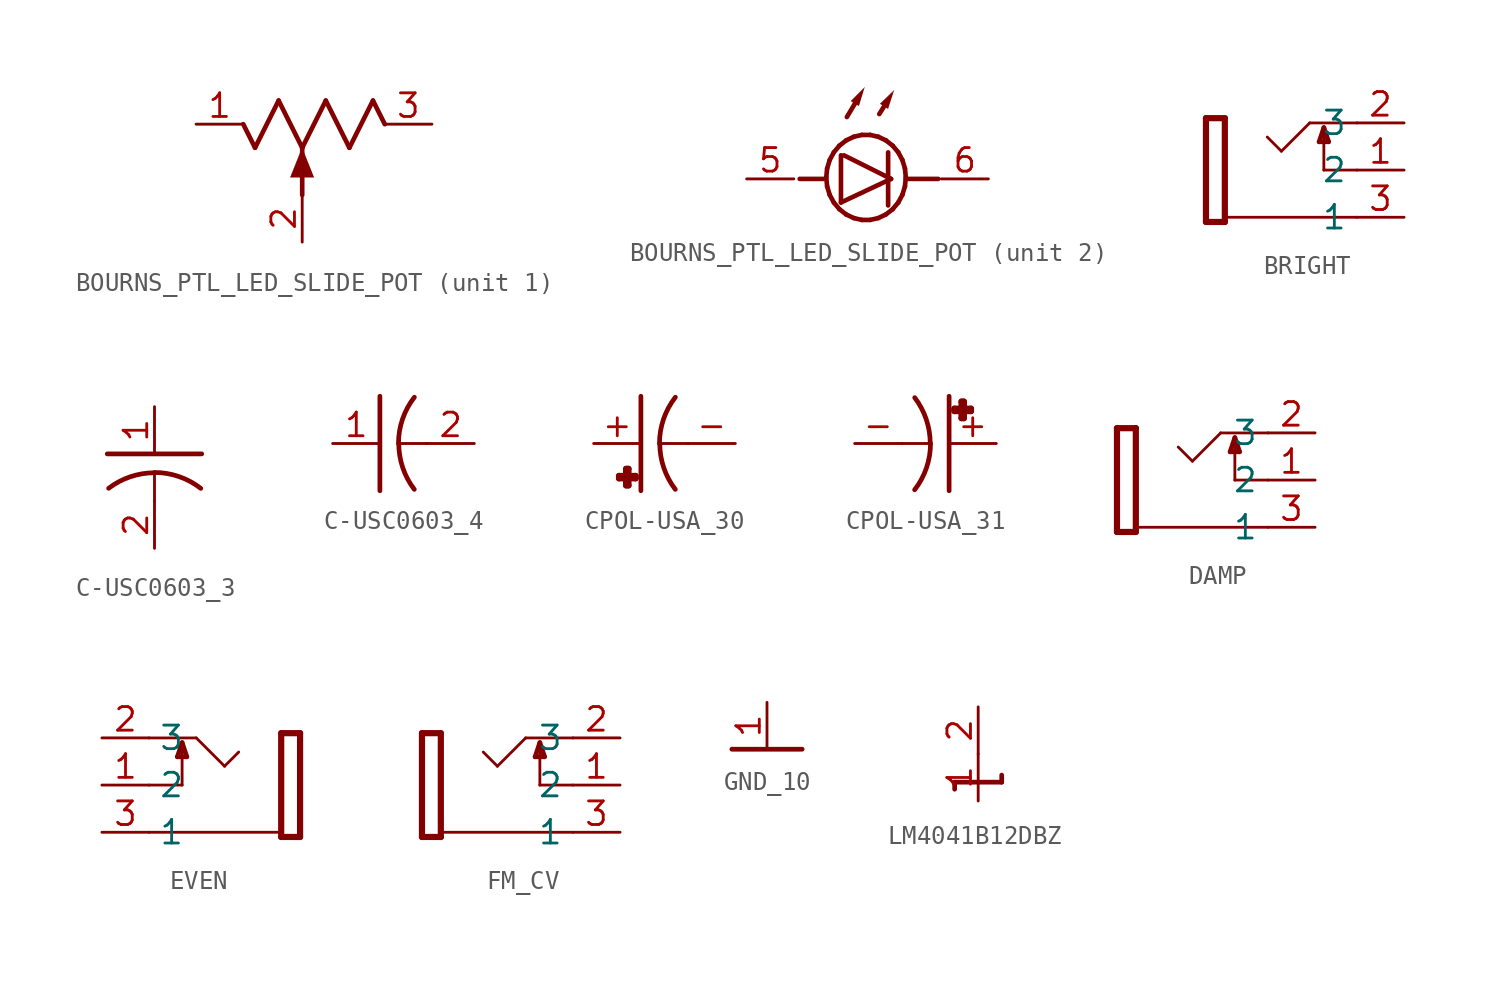
<source format=kicad_sym>
(kicad_symbol_lib
  (version 20231120)
  (generator "kicad_symbol_editor")
  (generator_version "8.0")
  (symbol "BOURNS_PTL_LED_SLIDE_POT"
    (property "Reference" "R"
      (at 0 0 0)
      (effects (font (size 1.27 1.27)) (hide yes)))
    (property "ki_locked" ""
      (at 0 0 0)
      (effects (font (size 1.27 1.27))))
    (symbol "BOURNS_PTL_LED_SLIDE_POT_1_0"
      (polyline (pts (xy -3.175 0) (xy -2.54 -1.27)) (stroke (width 0.25) (type solid)) (fill (type none)))
      (polyline (pts (xy -2.54 -1.27) (xy -1.27 1.27)) (stroke (width 0.25) (type solid)) (fill (type none)))
      (polyline (pts (xy -1.27 1.27) (xy 0 -1.27)) (stroke (width 0.25) (type solid)) (fill (type none)))
      (polyline (pts (xy 0 -3.81) (xy 0 -1.27)) (stroke (width 0.25) (type solid)) (fill (type none)))
      (polyline (pts (xy 0 -1.27) (xy 1.27 1.27)) (stroke (width 0.25) (type solid)) (fill (type none)))
      (polyline (pts (xy 1.27 1.27) (xy 2.54 -1.27)) (stroke (width 0.25) (type solid)) (fill (type none)))
      (polyline (pts (xy 2.54 -1.27) (xy 3.81 1.27)) (stroke (width 0.25) (type solid)) (fill (type none)))
      (polyline (pts (xy 3.81 1.27) (xy 4.445 0)) (stroke (width 0.25) (type solid)) (fill (type none)))
      (polyline (pts (xy 0 -1.27) (xy -0.635 -2.857) (xy 0.635 -2.857)) (stroke (width 0.002) (type solid)) (fill (type outline)))
      (pin passive line (at -5.715 0 0) (length 2.54) (name "CCW" (effects (font (size 0 0)))) (number "1" (effects (font (size 1.27 1.27)))))
      (pin passive line (at 0 -6.35 90) (length 2.54) (name "W" (effects (font (size 0 0)))) (number "2" (effects (font (size 1.27 1.27)))))
      (pin passive line (at 6.985 0 180) (length 2.54) (name "CW" (effects (font (size 0 0)))) (number "3" (effects (font (size 1.27 1.27))))))
    (symbol "BOURNS_PTL_LED_SLIDE_POT_2_0"
      (polyline (pts (xy -2.54 -0.006) (xy -3.81 -0.006)) (stroke (width 0.25) (type solid)) (fill (type none)))
      (polyline (pts (xy -2.381 0.073) (xy -2.334 0.552)) (stroke (width 0.25) (type solid)) (fill (type none)))
      (polyline (pts (xy -2.334 -0.406) (xy -2.381 0.073)) (stroke (width 0.25) (type solid)) (fill (type none)))
      (polyline (pts (xy -2.334 0.552) (xy -2.196 1.009)) (stroke (width 0.25) (type solid)) (fill (type none)))
      (polyline (pts (xy -2.196 -0.863) (xy -2.334 -0.406)) (stroke (width 0.25) (type solid)) (fill (type none)))
      (polyline (pts (xy -2.196 1.009) (xy -1.972 1.426)) (stroke (width 0.25) (type solid)) (fill (type none)))
      (polyline (pts (xy -1.972 -1.28) (xy -2.196 -0.863)) (stroke (width 0.25) (type solid)) (fill (type none)))
      (polyline (pts (xy -1.972 1.426) (xy -1.672 1.784)) (stroke (width 0.25) (type solid)) (fill (type none)))
      (polyline (pts (xy -1.672 -1.638) (xy -1.972 -1.28)) (stroke (width 0.25) (type solid)) (fill (type none)))
      (polyline (pts (xy -1.672 1.784) (xy -1.31 2.067)) (stroke (width 0.25) (type solid)) (fill (type none)))
      (polyline (pts (xy -1.588 -1.276) (xy 1.111 -0.006)) (stroke (width 0.25) (type solid)) (fill (type none)))
      (polyline (pts (xy -1.588 1.264) (xy -1.588 -1.276)) (stroke (width 0.25) (type solid)) (fill (type none)))
      (polyline (pts (xy -1.31 -1.92) (xy -1.672 -1.638)) (stroke (width 0.25) (type solid)) (fill (type none)))
      (polyline (pts (xy -1.31 2.067) (xy -0.9 2.262)) (stroke (width 0.25) (type solid)) (fill (type none)))
      (polyline (pts (xy -1.27 3.327) (xy -0.832 4.057)) (stroke (width 0.25) (type solid)) (fill (type none)))
      (polyline (pts (xy -0.9 -2.116) (xy -1.31 -1.92)) (stroke (width 0.25) (type solid)) (fill (type none)))
      (polyline (pts (xy -0.9 2.262) (xy -0.462 2.362)) (stroke (width 0.25) (type solid)) (fill (type none)))
      (polyline (pts (xy -0.462 -2.216) (xy -0.9 -2.116)) (stroke (width 0.25) (type solid)) (fill (type none)))
      (polyline (pts (xy -0.462 2.362) (xy -0.014 2.362)) (stroke (width 0.25) (type solid)) (fill (type none)))
      (polyline (pts (xy -0.014 -2.216) (xy -0.462 -2.216)) (stroke (width 0.25) (type solid)) (fill (type none)))
      (polyline (pts (xy -0.014 2.362) (xy 0.424 2.262)) (stroke (width 0.25) (type solid)) (fill (type none)))
      (polyline (pts (xy 0.424 -2.116) (xy -0.014 -2.216)) (stroke (width 0.25) (type solid)) (fill (type none)))
      (polyline (pts (xy 0.424 2.262) (xy 0.833 2.067)) (stroke (width 0.25) (type solid)) (fill (type none)))
      (polyline (pts (xy 0.476 3.486) (xy 0.74 3.908)) (stroke (width 0.25) (type solid)) (fill (type none)))
      (polyline (pts (xy 0.833 -1.92) (xy 0.424 -2.116)) (stroke (width 0.25) (type solid)) (fill (type none)))
      (polyline (pts (xy 0.833 2.067) (xy 1.196 1.784)) (stroke (width 0.25) (type solid)) (fill (type none)))
      (polyline (pts (xy 0.952 1.422) (xy 0.952 -1.435)) (stroke (width 0.25) (type solid)) (fill (type none)))
      (polyline (pts (xy 1.111 -0.006) (xy -1.429 1.264)) (stroke (width 0.25) (type solid)) (fill (type none)))
      (polyline (pts (xy 1.196 -1.638) (xy 0.833 -1.92)) (stroke (width 0.25) (type solid)) (fill (type none)))
      (polyline (pts (xy 1.196 1.784) (xy 1.496 1.426)) (stroke (width 0.25) (type solid)) (fill (type none)))
      (polyline (pts (xy 1.496 -1.28) (xy 1.196 -1.638)) (stroke (width 0.25) (type solid)) (fill (type none)))
      (polyline (pts (xy 1.496 1.426) (xy 1.72 1.009)) (stroke (width 0.25) (type solid)) (fill (type none)))
      (polyline (pts (xy 1.72 -0.863) (xy 1.496 -1.28)) (stroke (width 0.25) (type solid)) (fill (type none)))
      (polyline (pts (xy 1.72 1.009) (xy 1.858 0.552)) (stroke (width 0.25) (type solid)) (fill (type none)))
      (polyline (pts (xy 1.858 -0.406) (xy 1.72 -0.863)) (stroke (width 0.25) (type solid)) (fill (type none)))
      (polyline (pts (xy 1.858 0.552) (xy 1.905 0.073)) (stroke (width 0.25) (type solid)) (fill (type none)))
      (polyline (pts (xy 1.905 -0.006) (xy 3.651 -0.006)) (stroke (width 0.25) (type solid)) (fill (type none)))
      (polyline (pts (xy 1.905 0.073) (xy 1.858 -0.406)) (stroke (width 0.25) (type solid)) (fill (type none)))
      (polyline (pts (xy -0.317 4.915) (xy -1.046 4.186) (xy -0.618 3.929)) (stroke (width 0.002) (type solid)) (fill (type outline)))
      (polyline (pts (xy 1.27 4.756) (xy 0.528 4.041) (xy 0.952 3.776)) (stroke (width 0.002) (type solid)) (fill (type outline)))
      (pin power_in line (at -6.668 -0.006 0) (length 2.54) (name "gnd@1" (effects (font (size 0 0)))) (number "5" (effects (font (size 1.27 1.27)))))
      (pin power_in line (at 6.35 -0.006 180) (length 2.54) (name "gnd@2" (effects (font (size 0 0)))) (number "6" (effects (font (size 1.27 1.27)))))))
  (symbol "BRIGHT"
    (property "Reference" "J"
      (at 0 0 0)
      (effects (font (size 1.27 1.27)) (hide yes)))
    (property "ki_locked" ""
      (at 0 0 0)
      (effects (font (size 1.27 1.27))))
    (symbol "BRIGHT_1_0"
      (polyline (pts (xy -4.063 -2.794) (xy -4.063 2.794)) (stroke (width 0.333) (type solid)) (fill (type none)))
      (polyline (pts (xy -4.063 2.794) (xy -3.047 2.794)) (stroke (width 0.333) (type solid)) (fill (type none)))
      (polyline (pts (xy -3.047 -2.794) (xy -4.063 -2.794)) (stroke (width 0.333) (type solid)) (fill (type none)))
      (polyline (pts (xy -3.047 2.794) (xy -3.047 -2.794)) (stroke (width 0.333) (type solid)) (fill (type none)))
      (polyline (pts (xy -0.001 1.016) (xy -0.763 1.778)) (stroke (width 0.152) (type solid)) (fill (type none)))
      (polyline (pts (xy 1.523 2.54) (xy -0.001 1.016)) (stroke (width 0.152) (type solid)) (fill (type none)))
      (polyline (pts (xy 2.031 1.524) (xy 2.285 2.286)) (stroke (width 0.254) (type solid)) (fill (type none)))
      (polyline (pts (xy 2.285 0) (xy 2.285 2.286)) (stroke (width 0.152) (type solid)) (fill (type none)))
      (polyline (pts (xy 2.285 2.286) (xy 2.539 1.524)) (stroke (width 0.254) (type solid)) (fill (type none)))
      (polyline (pts (xy 2.539 1.524) (xy 2.031 1.524)) (stroke (width 0.254) (type solid)) (fill (type none)))
      (polyline (pts (xy 4.063 -2.54) (xy -3.049 -2.54)) (stroke (width 0.152) (type solid)) (fill (type none)))
      (polyline (pts (xy 4.063 0) (xy 2.285 0)) (stroke (width 0.152) (type solid)) (fill (type none)))
      (polyline (pts (xy 4.063 2.54) (xy 1.523 2.54)) (stroke (width 0.152) (type solid)) (fill (type none)))
      (pin passive line (at 6.603 0 180) (length 2.54) (name "2" (effects (font (size 1.27 1.27)))) (number "1" (effects (font (size 1.27 1.27)))))
      (pin passive line (at 6.603 2.54 180) (length 2.54) (name "3" (effects (font (size 1.27 1.27)))) (number "2" (effects (font (size 1.27 1.27)))))
      (pin passive line (at 6.603 -2.54 180) (length 2.54) (name "1" (effects (font (size 1.27 1.27)))) (number "3" (effects (font (size 1.27 1.27)))))))
  (symbol "C-USC0603_3"
    (property "Reference" "C"
      (at 0 0 0)
      (effects (font (size 1.27 1.27)) (hide yes)))
    (property "ki_locked" ""
      (at 0 0 0)
      (effects (font (size 1.27 1.27))))
    (symbol "C-USC0603_3_1_0"
      (polyline (pts (xy -2.54 1.27) (xy 2.54 1.27)) (stroke (width 0.254) (type solid)) (fill (type none)))
      (polyline (pts (xy 0 0.254) (xy 0 -1.27)) (stroke (width 0.152) (type solid)) (fill (type none)))
      (arc (start 0 0.254) (mid -1.3021 0.0399) (end -2.467 -0.58) (stroke (width 0.254) (type solid)) (fill (type none)))
      (arc (start 2.489 -0.584) (mid 1.3157 0.0506) (end 0 0.2701) (stroke (width 0.254) (type solid)) (fill (type none)))
      (pin passive line (at 0 3.81 270) (length 2.54) (name "1" (effects (font (size 0 0)))) (number "1" (effects (font (size 1.27 1.27)))))
      (pin passive line (at 0 -3.81 90) (length 2.54) (name "2" (effects (font (size 0 0)))) (number "2" (effects (font (size 1.27 1.27)))))))
  (symbol "C-USC0603_4"
    (property "Reference" "C"
      (at 0 0 0)
      (effects (font (size 1.27 1.27)) (hide yes)))
    (property "ki_locked" ""
      (at 0 0 0)
      (effects (font (size 1.27 1.27))))
    (symbol "C-USC0603_4_1_0"
      (arc (start -0.254 0) (mid -0.0399 -1.3021) (end 0.58 -2.467) (stroke (width 0.254) (type solid)) (fill (type none)))
      (polyline (pts (xy -1.27 -2.54) (xy -1.27 2.54)) (stroke (width 0.254) (type solid)) (fill (type none)))
      (polyline (pts (xy -0.254 0) (xy 1.27 0)) (stroke (width 0.152) (type solid)) (fill (type none)))
      (arc (start 0.584 2.489) (mid -0.0506 1.3157) (end -0.27 0) (stroke (width 0.254) (type solid)) (fill (type none)))
      (pin passive line (at -3.81 0 0) (length 2.54) (name "1" (effects (font (size 0 0)))) (number "1" (effects (font (size 1.27 1.27)))))
      (pin passive line (at 3.81 0 180) (length 2.54) (name "2" (effects (font (size 0 0)))) (number "2" (effects (font (size 1.27 1.27)))))))
  (symbol "CPOL-USA_30"
    (property "Reference" "C"
      (at 0 0 0)
      (effects (font (size 1.27 1.27)) (hide yes)))
    (property "ki_locked" ""
      (at 0 0 0)
      (effects (font (size 1.27 1.27))))
    (symbol "CPOL-USA_30_1_0"
      (polyline (pts (xy -1.858 -1.872) (xy -1.858 -1.745)) (stroke (width 0.333) (type solid)) (fill (type none)))
      (polyline (pts (xy -1.858 -1.745) (xy -0.969 -1.745)) (stroke (width 0.333) (type solid)) (fill (type none)))
      (polyline (pts (xy -1.477 -2.253) (xy -1.477 -1.364)) (stroke (width 0.333) (type solid)) (fill (type none)))
      (polyline (pts (xy -1.477 -1.364) (xy -1.35 -1.364)) (stroke (width 0.333) (type solid)) (fill (type none)))
      (polyline (pts (xy -1.35 -2.253) (xy -1.477 -2.253)) (stroke (width 0.333) (type solid)) (fill (type none)))
      (polyline (pts (xy -1.35 -1.364) (xy -1.35 -2.253)) (stroke (width 0.333) (type solid)) (fill (type none)))
      (polyline (pts (xy -0.969 -1.872) (xy -1.858 -1.872)) (stroke (width 0.333) (type solid)) (fill (type none)))
      (polyline (pts (xy -0.969 -1.745) (xy -0.969 -1.872)) (stroke (width 0.333) (type solid)) (fill (type none)))
      (polyline (pts (xy -0.682 -2.54) (xy -0.682 2.54)) (stroke (width 0.254) (type solid)) (fill (type none)))
      (polyline (pts (xy 0.334 0) (xy 1.858 0)) (stroke (width 0.152) (type solid)) (fill (type none)))
      (arc (start 0.334 0) (mid 0.548 -1.3021) (end 1.168 -2.467) (stroke (width 0.254) (type solid)) (fill (type none)))
      (arc (start 1.172 2.489) (mid 0.5374 1.3157) (end 0.318 0) (stroke (width 0.254) (type solid)) (fill (type none)))
      (pin passive line (at -3.222 0 0) (length 2.54) (name "+" (effects (font (size 0 0)))) (number "+" (effects (font (size 1.27 1.27)))))
      (pin passive line (at 4.398 0 180) (length 2.54) (name "-" (effects (font (size 0 0)))) (number "-" (effects (font (size 1.27 1.27)))))))
  (symbol "CPOL-USA_31"
    (property "Reference" "C"
      (at 0 0 0)
      (effects (font (size 1.27 1.27)) (hide yes)))
    (property "ki_locked" ""
      (at 0 0 0)
      (effects (font (size 1.27 1.27))))
    (symbol "CPOL-USA_31_1_0"
      (arc (start -1.172 -2.489) (mid -0.5374 -1.3157) (end -0.318 0) (stroke (width 0.254) (type solid)) (fill (type none)))
      (arc (start -0.334 0) (mid -0.548 1.3021) (end -1.168 2.467) (stroke (width 0.254) (type solid)) (fill (type none)))
      (polyline (pts (xy -0.334 0) (xy -1.858 0)) (stroke (width 0.152) (type solid)) (fill (type none)))
      (polyline (pts (xy 0.682 2.54) (xy 0.682 -2.54)) (stroke (width 0.254) (type solid)) (fill (type none)))
      (polyline (pts (xy 0.969 1.744) (xy 0.969 1.872)) (stroke (width 0.333) (type solid)) (fill (type none)))
      (polyline (pts (xy 0.969 1.872) (xy 1.858 1.872)) (stroke (width 0.333) (type solid)) (fill (type none)))
      (polyline (pts (xy 1.35 1.364) (xy 1.35 2.253)) (stroke (width 0.333) (type solid)) (fill (type none)))
      (polyline (pts (xy 1.35 2.253) (xy 1.476 2.253)) (stroke (width 0.333) (type solid)) (fill (type none)))
      (polyline (pts (xy 1.476 1.364) (xy 1.35 1.364)) (stroke (width 0.333) (type solid)) (fill (type none)))
      (polyline (pts (xy 1.476 2.253) (xy 1.476 1.364)) (stroke (width 0.333) (type solid)) (fill (type none)))
      (polyline (pts (xy 1.858 1.744) (xy 0.969 1.744)) (stroke (width 0.333) (type solid)) (fill (type none)))
      (polyline (pts (xy 1.858 1.872) (xy 1.858 1.744)) (stroke (width 0.333) (type solid)) (fill (type none)))
      (pin passive line (at 3.222 0 180) (length 2.54) (name "+" (effects (font (size 0 0)))) (number "+" (effects (font (size 1.27 1.27)))))
      (pin passive line (at -4.398 0 0) (length 2.54) (name "-" (effects (font (size 0 0)))) (number "-" (effects (font (size 1.27 1.27)))))))
  (symbol "DAMP"
    (property "Reference" "J"
      (at 0 0 0)
      (effects (font (size 1.27 1.27)) (hide yes)))
    (property "ki_locked" ""
      (at 0 0 0)
      (effects (font (size 1.27 1.27))))
    (symbol "DAMP_1_0"
      (polyline (pts (xy -4.063 -2.794) (xy -4.063 2.794)) (stroke (width 0.333) (type solid)) (fill (type none)))
      (polyline (pts (xy -4.063 2.794) (xy -3.047 2.794)) (stroke (width 0.333) (type solid)) (fill (type none)))
      (polyline (pts (xy -3.047 -2.794) (xy -4.063 -2.794)) (stroke (width 0.333) (type solid)) (fill (type none)))
      (polyline (pts (xy -3.047 2.794) (xy -3.047 -2.794)) (stroke (width 0.333) (type solid)) (fill (type none)))
      (polyline (pts (xy -0.001 1.016) (xy -0.763 1.778)) (stroke (width 0.152) (type solid)) (fill (type none)))
      (polyline (pts (xy 1.523 2.54) (xy -0.001 1.016)) (stroke (width 0.152) (type solid)) (fill (type none)))
      (polyline (pts (xy 2.031 1.524) (xy 2.285 2.286)) (stroke (width 0.254) (type solid)) (fill (type none)))
      (polyline (pts (xy 2.285 0) (xy 2.285 2.286)) (stroke (width 0.152) (type solid)) (fill (type none)))
      (polyline (pts (xy 2.285 2.286) (xy 2.539 1.524)) (stroke (width 0.254) (type solid)) (fill (type none)))
      (polyline (pts (xy 2.539 1.524) (xy 2.031 1.524)) (stroke (width 0.254) (type solid)) (fill (type none)))
      (polyline (pts (xy 4.063 -2.54) (xy -3.049 -2.54)) (stroke (width 0.152) (type solid)) (fill (type none)))
      (polyline (pts (xy 4.063 0) (xy 2.285 0)) (stroke (width 0.152) (type solid)) (fill (type none)))
      (polyline (pts (xy 4.063 2.54) (xy 1.523 2.54)) (stroke (width 0.152) (type solid)) (fill (type none)))
      (pin passive line (at 6.603 0 180) (length 2.54) (name "2" (effects (font (size 1.27 1.27)))) (number "1" (effects (font (size 1.27 1.27)))))
      (pin passive line (at 6.603 2.54 180) (length 2.54) (name "3" (effects (font (size 1.27 1.27)))) (number "2" (effects (font (size 1.27 1.27)))))
      (pin passive line (at 6.603 -2.54 180) (length 2.54) (name "1" (effects (font (size 1.27 1.27)))) (number "3" (effects (font (size 1.27 1.27)))))))
  (symbol "EVEN"
    (property "Reference" "J"
      (at 0 0 0)
      (effects (font (size 1.27 1.27)) (hide yes)))
    (property "ki_locked" ""
      (at 0 0 0)
      (effects (font (size 1.27 1.27))))
    (symbol "EVEN_1_0"
      (polyline (pts (xy -4.065 -2.54) (xy 3.047 -2.54)) (stroke (width 0.152) (type solid)) (fill (type none)))
      (polyline (pts (xy -4.065 0) (xy -2.287 0)) (stroke (width 0.152) (type solid)) (fill (type none)))
      (polyline (pts (xy -4.065 2.54) (xy -1.525 2.54)) (stroke (width 0.152) (type solid)) (fill (type none)))
      (polyline (pts (xy -2.541 1.524) (xy -2.033 1.524)) (stroke (width 0.254) (type solid)) (fill (type none)))
      (polyline (pts (xy -2.287 0) (xy -2.287 2.286)) (stroke (width 0.152) (type solid)) (fill (type none)))
      (polyline (pts (xy -2.287 2.286) (xy -2.541 1.524)) (stroke (width 0.254) (type solid)) (fill (type none)))
      (polyline (pts (xy -2.033 1.524) (xy -2.287 2.286)) (stroke (width 0.254) (type solid)) (fill (type none)))
      (polyline (pts (xy -1.525 2.54) (xy -0.001 1.016)) (stroke (width 0.152) (type solid)) (fill (type none)))
      (polyline (pts (xy -0.001 1.016) (xy 0.761 1.778)) (stroke (width 0.152) (type solid)) (fill (type none)))
      (polyline (pts (xy 3.049 -2.794) (xy 3.049 2.794)) (stroke (width 0.333) (type solid)) (fill (type none)))
      (polyline (pts (xy 3.049 2.794) (xy 4.065 2.794)) (stroke (width 0.333) (type solid)) (fill (type none)))
      (polyline (pts (xy 4.065 -2.794) (xy 3.049 -2.794)) (stroke (width 0.333) (type solid)) (fill (type none)))
      (polyline (pts (xy 4.065 2.794) (xy 4.065 -2.794)) (stroke (width 0.333) (type solid)) (fill (type none)))
      (pin passive line (at -6.605 0 0) (length 2.54) (name "2" (effects (font (size 1.27 1.27)))) (number "1" (effects (font (size 1.27 1.27)))))
      (pin passive line (at -6.605 2.54 0) (length 2.54) (name "3" (effects (font (size 1.27 1.27)))) (number "2" (effects (font (size 1.27 1.27)))))
      (pin passive line (at -6.605 -2.54 0) (length 2.54) (name "1" (effects (font (size 1.27 1.27)))) (number "3" (effects (font (size 1.27 1.27)))))))
  (symbol "FM_CV"
    (property "Reference" "J"
      (at 0 0 0)
      (effects (font (size 1.27 1.27)) (hide yes)))
    (property "ki_locked" ""
      (at 0 0 0)
      (effects (font (size 1.27 1.27))))
    (symbol "FM_CV_1_0"
      (polyline (pts (xy -4.063 -2.794) (xy -4.063 2.794)) (stroke (width 0.333) (type solid)) (fill (type none)))
      (polyline (pts (xy -4.063 2.794) (xy -3.047 2.794)) (stroke (width 0.333) (type solid)) (fill (type none)))
      (polyline (pts (xy -3.047 -2.794) (xy -4.063 -2.794)) (stroke (width 0.333) (type solid)) (fill (type none)))
      (polyline (pts (xy -3.047 2.794) (xy -3.047 -2.794)) (stroke (width 0.333) (type solid)) (fill (type none)))
      (polyline (pts (xy -0.001 1.016) (xy -0.763 1.778)) (stroke (width 0.152) (type solid)) (fill (type none)))
      (polyline (pts (xy 1.523 2.54) (xy -0.001 1.016)) (stroke (width 0.152) (type solid)) (fill (type none)))
      (polyline (pts (xy 2.031 1.524) (xy 2.285 2.286)) (stroke (width 0.254) (type solid)) (fill (type none)))
      (polyline (pts (xy 2.285 0) (xy 2.285 2.286)) (stroke (width 0.152) (type solid)) (fill (type none)))
      (polyline (pts (xy 2.285 2.286) (xy 2.539 1.524)) (stroke (width 0.254) (type solid)) (fill (type none)))
      (polyline (pts (xy 2.539 1.524) (xy 2.031 1.524)) (stroke (width 0.254) (type solid)) (fill (type none)))
      (polyline (pts (xy 4.063 -2.54) (xy -3.049 -2.54)) (stroke (width 0.152) (type solid)) (fill (type none)))
      (polyline (pts (xy 4.063 0) (xy 2.285 0)) (stroke (width 0.152) (type solid)) (fill (type none)))
      (polyline (pts (xy 4.063 2.54) (xy 1.523 2.54)) (stroke (width 0.152) (type solid)) (fill (type none)))
      (pin passive line (at 6.603 0 180) (length 2.54) (name "2" (effects (font (size 1.27 1.27)))) (number "1" (effects (font (size 1.27 1.27)))))
      (pin passive line (at 6.603 2.54 180) (length 2.54) (name "3" (effects (font (size 1.27 1.27)))) (number "2" (effects (font (size 1.27 1.27)))))
      (pin passive line (at 6.603 -2.54 180) (length 2.54) (name "1" (effects (font (size 1.27 1.27)))) (number "3" (effects (font (size 1.27 1.27)))))))
  (symbol "GND_10"
    (power)
    (property "Reference" "#GND"
      (at 0 0 0)
      (effects (font (size 1.27 1.27)) (hide yes)))
    (property "ki_locked" ""
      (at 0 0 0)
      (effects (font (size 1.27 1.27))))
    (symbol "GND_10_1_0"
      (polyline (pts (xy 1.905 0) (xy -1.905 0)) (stroke (width 0.254) (type solid)) (fill (type none)))
      (pin power_in line (at 0 2.54 270) (length 2.54) (name "GND" (effects (font (size 0 0)))) (number "1" (effects (font (size 1.27 1.27)))))))
  (symbol "LM4041B12DBZ"
    (property "Reference" "IC"
      (at 0 0 0)
      (effects (font (size 1.27 1.27)) (hide yes)))
    (property "ki_locked" ""
      (at 0 0 0)
      (effects (font (size 1.27 1.27))))
    (symbol "LM4041B12DBZ_1_0"
      (polyline (pts (xy -1.27 -0.952) (xy -1.27 -0.572)) (stroke (width 0.254) (type solid)) (fill (type none)))
      (polyline (pts (xy -1.27 -0.572) (xy 0 -0.572)) (stroke (width 0.254) (type solid)) (fill (type none)))
      (polyline (pts (xy 0 -0.572) (xy 1.27 -0.572)) (stroke (width 0.254) (type solid)) (fill (type none)))
      (polyline (pts (xy 1.27 -0.572) (xy 1.27 -0.191)) (stroke (width 0.254) (type solid)) (fill (type none)))
      (pin passive line (at 0 -1.588 90) (length 2.54) (name "C" (effects (font (size 0 0)))) (number "1" (effects (font (size 1.27 1.27)))))
      (pin passive line (at 0 3.492 270) (length 2.54) (name "A" (effects (font (size 0 0)))) (number "2" (effects (font (size 1.27 1.27))))))))
</source>
